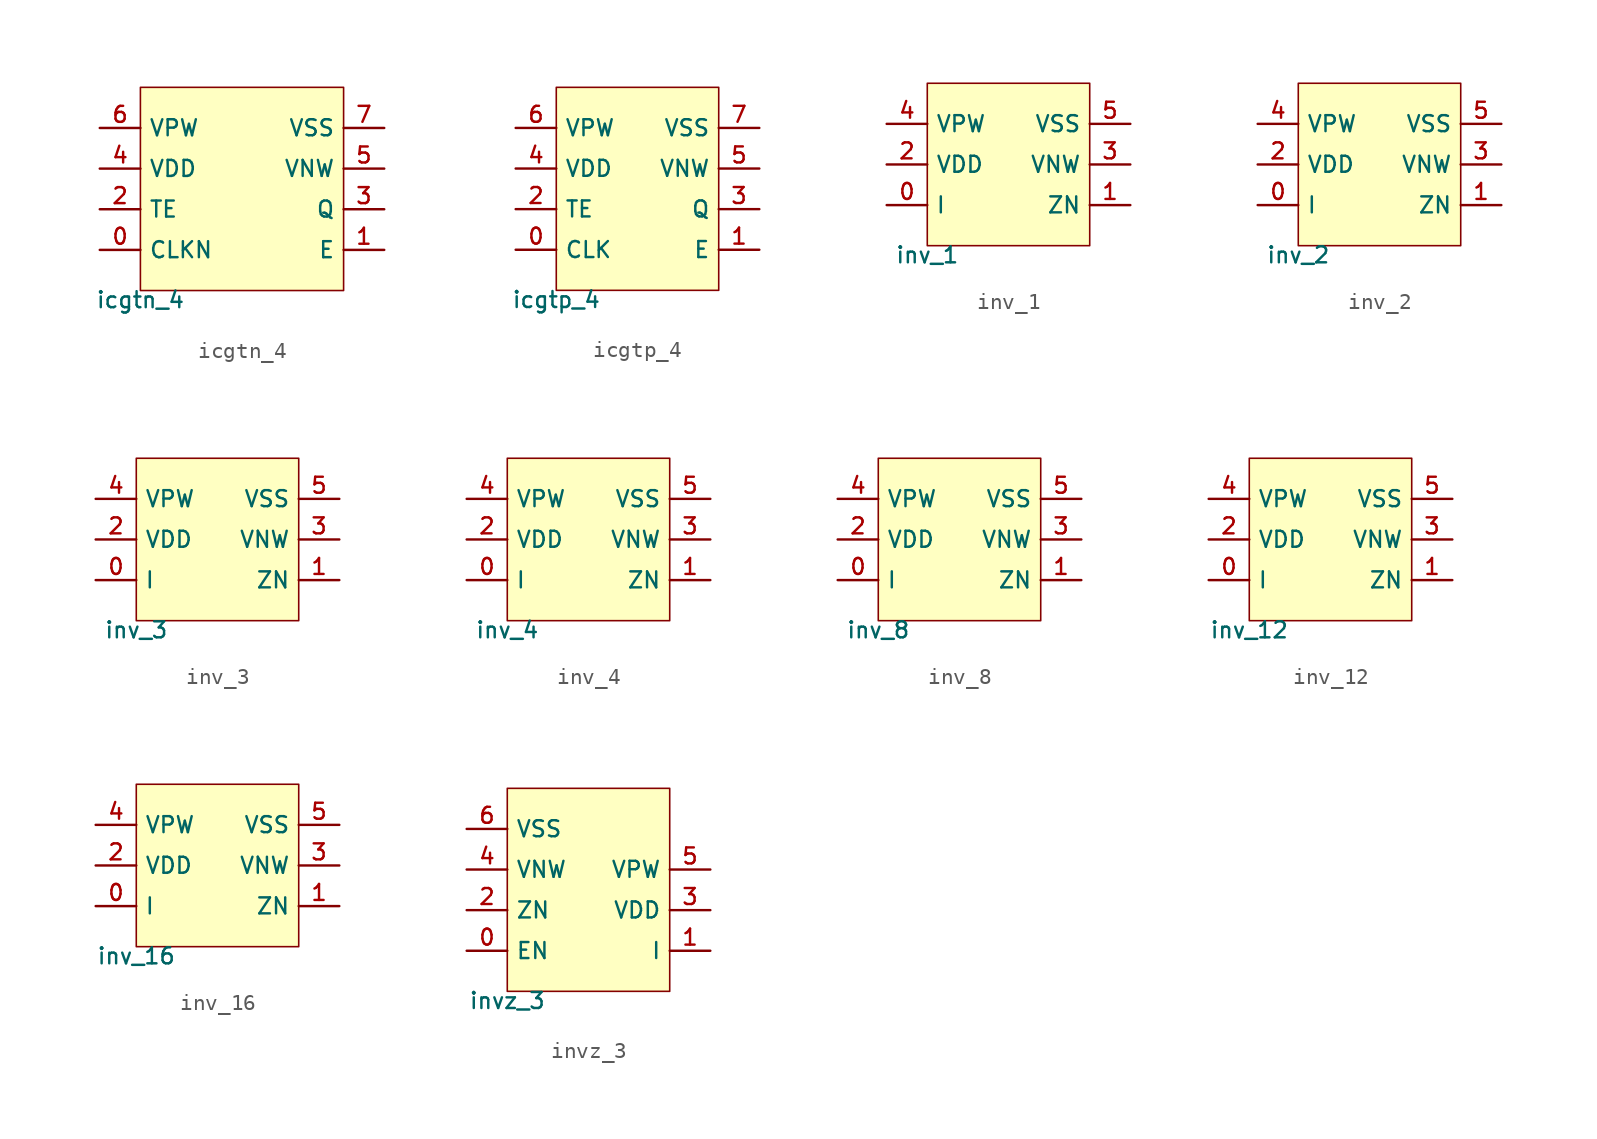
<source format=kicad_sym>
(kicad_symbol_lib
  (version 20211014)
  (generator pdk2kicad)
  (symbol "icgtn_4"
    (property "Reference" "X"
      (at 0 0 0)
      (effects (font (size 1 1)) hide))
    (property "Value" "icgtn_4"
      (at -6.35 -6.35 0)
      (effects (font (size 1 1)) (justify top)))
    (rectangle
      (start -6.35 -6.35)
      (end 6.35 6.35)
      (stroke (width 0.1) (type solid) (color 0 0 0 0))
      (fill (type background)))
    (pin bidirectional line
      (at -8.89 -3.81 0)
      (length 2.54)
      (name "CLKN" (effects (font (size 1 1)) hide))
      (number "0" (effects (font (size 1 1)) hide)))
    (pin bidirectional line
      (at 8.89 -3.81 180)
      (length 2.54)
      (name "E" (effects (font (size 1 1)) hide))
      (number "1" (effects (font (size 1 1)) hide)))
    (pin bidirectional line
      (at -8.89 -1.27 0)
      (length 2.54)
      (name "TE" (effects (font (size 1 1)) hide))
      (number "2" (effects (font (size 1 1)) hide)))
    (pin bidirectional line
      (at 8.89 -1.27 180)
      (length 2.54)
      (name "Q" (effects (font (size 1 1)) hide))
      (number "3" (effects (font (size 1 1)) hide)))
    (pin bidirectional line
      (at -8.89 1.27 0)
      (length 2.54)
      (name "VDD" (effects (font (size 1 1)) hide))
      (number "4" (effects (font (size 1 1)) hide)))
    (pin bidirectional line
      (at 8.89 1.27 180)
      (length 2.54)
      (name "VNW" (effects (font (size 1 1)) hide))
      (number "5" (effects (font (size 1 1)) hide)))
    (pin bidirectional line
      (at -8.89 3.81 0)
      (length 2.54)
      (name "VPW" (effects (font (size 1 1)) hide))
      (number "6" (effects (font (size 1 1)) hide)))
    (pin bidirectional line
      (at 8.89 3.81 180)
      (length 2.54)
      (name "VSS" (effects (font (size 1 1)) hide))
      (number "7" (effects (font (size 1 1)) hide))))
  (symbol "icgtp_4"
    (property "Reference" "X"
      (at 0 0 0)
      (effects (font (size 1 1)) hide))
    (property "Value" "icgtp_4"
      (at -5.08 -6.35 0)
      (effects (font (size 1 1)) (justify top)))
    (rectangle
      (start -5.08 -6.35)
      (end 5.08 6.35)
      (stroke (width 0.1) (type solid) (color 0 0 0 0))
      (fill (type background)))
    (pin bidirectional line
      (at -7.62 -3.81 0)
      (length 2.54)
      (name "CLK" (effects (font (size 1 1)) hide))
      (number "0" (effects (font (size 1 1)) hide)))
    (pin bidirectional line
      (at 7.62 -3.81 180)
      (length 2.54)
      (name "E" (effects (font (size 1 1)) hide))
      (number "1" (effects (font (size 1 1)) hide)))
    (pin bidirectional line
      (at -7.62 -1.27 0)
      (length 2.54)
      (name "TE" (effects (font (size 1 1)) hide))
      (number "2" (effects (font (size 1 1)) hide)))
    (pin bidirectional line
      (at 7.62 -1.27 180)
      (length 2.54)
      (name "Q" (effects (font (size 1 1)) hide))
      (number "3" (effects (font (size 1 1)) hide)))
    (pin bidirectional line
      (at -7.62 1.27 0)
      (length 2.54)
      (name "VDD" (effects (font (size 1 1)) hide))
      (number "4" (effects (font (size 1 1)) hide)))
    (pin bidirectional line
      (at 7.62 1.27 180)
      (length 2.54)
      (name "VNW" (effects (font (size 1 1)) hide))
      (number "5" (effects (font (size 1 1)) hide)))
    (pin bidirectional line
      (at -7.62 3.81 0)
      (length 2.54)
      (name "VPW" (effects (font (size 1 1)) hide))
      (number "6" (effects (font (size 1 1)) hide)))
    (pin bidirectional line
      (at 7.62 3.81 180)
      (length 2.54)
      (name "VSS" (effects (font (size 1 1)) hide))
      (number "7" (effects (font (size 1 1)) hide))))
  (symbol "inv_1"
    (property "Reference" "X"
      (at 0 0 0)
      (effects (font (size 1 1)) hide))
    (property "Value" "inv_1"
      (at -5.08 -5.08 0)
      (effects (font (size 1 1)) (justify top)))
    (rectangle
      (start -5.08 -5.08)
      (end 5.08 5.08)
      (stroke (width 0.1) (type solid) (color 0 0 0 0))
      (fill (type background)))
    (pin bidirectional line
      (at -7.62 -2.54 0)
      (length 2.54)
      (name "I" (effects (font (size 1 1)) hide))
      (number "0" (effects (font (size 1 1)) hide)))
    (pin bidirectional line
      (at 7.62 -2.54 180)
      (length 2.54)
      (name "ZN" (effects (font (size 1 1)) hide))
      (number "1" (effects (font (size 1 1)) hide)))
    (pin bidirectional line
      (at -7.62 0.0 0)
      (length 2.54)
      (name "VDD" (effects (font (size 1 1)) hide))
      (number "2" (effects (font (size 1 1)) hide)))
    (pin bidirectional line
      (at 7.62 0.0 180)
      (length 2.54)
      (name "VNW" (effects (font (size 1 1)) hide))
      (number "3" (effects (font (size 1 1)) hide)))
    (pin bidirectional line
      (at -7.62 2.54 0)
      (length 2.54)
      (name "VPW" (effects (font (size 1 1)) hide))
      (number "4" (effects (font (size 1 1)) hide)))
    (pin bidirectional line
      (at 7.62 2.54 180)
      (length 2.54)
      (name "VSS" (effects (font (size 1 1)) hide))
      (number "5" (effects (font (size 1 1)) hide))))
  (symbol "inv_2"
    (property "Reference" "X"
      (at 0 0 0)
      (effects (font (size 1 1)) hide))
    (property "Value" "inv_2"
      (at -5.08 -5.08 0)
      (effects (font (size 1 1)) (justify top)))
    (rectangle
      (start -5.08 -5.08)
      (end 5.08 5.08)
      (stroke (width 0.1) (type solid) (color 0 0 0 0))
      (fill (type background)))
    (pin bidirectional line
      (at -7.62 -2.54 0)
      (length 2.54)
      (name "I" (effects (font (size 1 1)) hide))
      (number "0" (effects (font (size 1 1)) hide)))
    (pin bidirectional line
      (at 7.62 -2.54 180)
      (length 2.54)
      (name "ZN" (effects (font (size 1 1)) hide))
      (number "1" (effects (font (size 1 1)) hide)))
    (pin bidirectional line
      (at -7.62 0.0 0)
      (length 2.54)
      (name "VDD" (effects (font (size 1 1)) hide))
      (number "2" (effects (font (size 1 1)) hide)))
    (pin bidirectional line
      (at 7.62 0.0 180)
      (length 2.54)
      (name "VNW" (effects (font (size 1 1)) hide))
      (number "3" (effects (font (size 1 1)) hide)))
    (pin bidirectional line
      (at -7.62 2.54 0)
      (length 2.54)
      (name "VPW" (effects (font (size 1 1)) hide))
      (number "4" (effects (font (size 1 1)) hide)))
    (pin bidirectional line
      (at 7.62 2.54 180)
      (length 2.54)
      (name "VSS" (effects (font (size 1 1)) hide))
      (number "5" (effects (font (size 1 1)) hide))))
  (symbol "inv_3"
    (property "Reference" "X"
      (at 0 0 0)
      (effects (font (size 1 1)) hide))
    (property "Value" "inv_3"
      (at -5.08 -5.08 0)
      (effects (font (size 1 1)) (justify top)))
    (rectangle
      (start -5.08 -5.08)
      (end 5.08 5.08)
      (stroke (width 0.1) (type solid) (color 0 0 0 0))
      (fill (type background)))
    (pin bidirectional line
      (at -7.62 -2.54 0)
      (length 2.54)
      (name "I" (effects (font (size 1 1)) hide))
      (number "0" (effects (font (size 1 1)) hide)))
    (pin bidirectional line
      (at 7.62 -2.54 180)
      (length 2.54)
      (name "ZN" (effects (font (size 1 1)) hide))
      (number "1" (effects (font (size 1 1)) hide)))
    (pin bidirectional line
      (at -7.62 0.0 0)
      (length 2.54)
      (name "VDD" (effects (font (size 1 1)) hide))
      (number "2" (effects (font (size 1 1)) hide)))
    (pin bidirectional line
      (at 7.62 0.0 180)
      (length 2.54)
      (name "VNW" (effects (font (size 1 1)) hide))
      (number "3" (effects (font (size 1 1)) hide)))
    (pin bidirectional line
      (at -7.62 2.54 0)
      (length 2.54)
      (name "VPW" (effects (font (size 1 1)) hide))
      (number "4" (effects (font (size 1 1)) hide)))
    (pin bidirectional line
      (at 7.62 2.54 180)
      (length 2.54)
      (name "VSS" (effects (font (size 1 1)) hide))
      (number "5" (effects (font (size 1 1)) hide))))
  (symbol "inv_4"
    (property "Reference" "X"
      (at 0 0 0)
      (effects (font (size 1 1)) hide))
    (property "Value" "inv_4"
      (at -5.08 -5.08 0)
      (effects (font (size 1 1)) (justify top)))
    (rectangle
      (start -5.08 -5.08)
      (end 5.08 5.08)
      (stroke (width 0.1) (type solid) (color 0 0 0 0))
      (fill (type background)))
    (pin bidirectional line
      (at -7.62 -2.54 0)
      (length 2.54)
      (name "I" (effects (font (size 1 1)) hide))
      (number "0" (effects (font (size 1 1)) hide)))
    (pin bidirectional line
      (at 7.62 -2.54 180)
      (length 2.54)
      (name "ZN" (effects (font (size 1 1)) hide))
      (number "1" (effects (font (size 1 1)) hide)))
    (pin bidirectional line
      (at -7.62 0.0 0)
      (length 2.54)
      (name "VDD" (effects (font (size 1 1)) hide))
      (number "2" (effects (font (size 1 1)) hide)))
    (pin bidirectional line
      (at 7.62 0.0 180)
      (length 2.54)
      (name "VNW" (effects (font (size 1 1)) hide))
      (number "3" (effects (font (size 1 1)) hide)))
    (pin bidirectional line
      (at -7.62 2.54 0)
      (length 2.54)
      (name "VPW" (effects (font (size 1 1)) hide))
      (number "4" (effects (font (size 1 1)) hide)))
    (pin bidirectional line
      (at 7.62 2.54 180)
      (length 2.54)
      (name "VSS" (effects (font (size 1 1)) hide))
      (number "5" (effects (font (size 1 1)) hide))))
  (symbol "inv_8"
    (property "Reference" "X"
      (at 0 0 0)
      (effects (font (size 1 1)) hide))
    (property "Value" "inv_8"
      (at -5.08 -5.08 0)
      (effects (font (size 1 1)) (justify top)))
    (rectangle
      (start -5.08 -5.08)
      (end 5.08 5.08)
      (stroke (width 0.1) (type solid) (color 0 0 0 0))
      (fill (type background)))
    (pin bidirectional line
      (at -7.62 -2.54 0)
      (length 2.54)
      (name "I" (effects (font (size 1 1)) hide))
      (number "0" (effects (font (size 1 1)) hide)))
    (pin bidirectional line
      (at 7.62 -2.54 180)
      (length 2.54)
      (name "ZN" (effects (font (size 1 1)) hide))
      (number "1" (effects (font (size 1 1)) hide)))
    (pin bidirectional line
      (at -7.62 0.0 0)
      (length 2.54)
      (name "VDD" (effects (font (size 1 1)) hide))
      (number "2" (effects (font (size 1 1)) hide)))
    (pin bidirectional line
      (at 7.62 0.0 180)
      (length 2.54)
      (name "VNW" (effects (font (size 1 1)) hide))
      (number "3" (effects (font (size 1 1)) hide)))
    (pin bidirectional line
      (at -7.62 2.54 0)
      (length 2.54)
      (name "VPW" (effects (font (size 1 1)) hide))
      (number "4" (effects (font (size 1 1)) hide)))
    (pin bidirectional line
      (at 7.62 2.54 180)
      (length 2.54)
      (name "VSS" (effects (font (size 1 1)) hide))
      (number "5" (effects (font (size 1 1)) hide))))
  (symbol "inv_12"
    (property "Reference" "X"
      (at 0 0 0)
      (effects (font (size 1 1)) hide))
    (property "Value" "inv_12"
      (at -5.08 -5.08 0)
      (effects (font (size 1 1)) (justify top)))
    (rectangle
      (start -5.08 -5.08)
      (end 5.08 5.08)
      (stroke (width 0.1) (type solid) (color 0 0 0 0))
      (fill (type background)))
    (pin bidirectional line
      (at -7.62 -2.54 0)
      (length 2.54)
      (name "I" (effects (font (size 1 1)) hide))
      (number "0" (effects (font (size 1 1)) hide)))
    (pin bidirectional line
      (at 7.62 -2.54 180)
      (length 2.54)
      (name "ZN" (effects (font (size 1 1)) hide))
      (number "1" (effects (font (size 1 1)) hide)))
    (pin bidirectional line
      (at -7.62 0.0 0)
      (length 2.54)
      (name "VDD" (effects (font (size 1 1)) hide))
      (number "2" (effects (font (size 1 1)) hide)))
    (pin bidirectional line
      (at 7.62 0.0 180)
      (length 2.54)
      (name "VNW" (effects (font (size 1 1)) hide))
      (number "3" (effects (font (size 1 1)) hide)))
    (pin bidirectional line
      (at -7.62 2.54 0)
      (length 2.54)
      (name "VPW" (effects (font (size 1 1)) hide))
      (number "4" (effects (font (size 1 1)) hide)))
    (pin bidirectional line
      (at 7.62 2.54 180)
      (length 2.54)
      (name "VSS" (effects (font (size 1 1)) hide))
      (number "5" (effects (font (size 1 1)) hide))))
  (symbol "inv_16"
    (property "Reference" "X"
      (at 0 0 0)
      (effects (font (size 1 1)) hide))
    (property "Value" "inv_16"
      (at -5.08 -5.08 0)
      (effects (font (size 1 1)) (justify top)))
    (rectangle
      (start -5.08 -5.08)
      (end 5.08 5.08)
      (stroke (width 0.1) (type solid) (color 0 0 0 0))
      (fill (type background)))
    (pin bidirectional line
      (at -7.62 -2.54 0)
      (length 2.54)
      (name "I" (effects (font (size 1 1)) hide))
      (number "0" (effects (font (size 1 1)) hide)))
    (pin bidirectional line
      (at 7.62 -2.54 180)
      (length 2.54)
      (name "ZN" (effects (font (size 1 1)) hide))
      (number "1" (effects (font (size 1 1)) hide)))
    (pin bidirectional line
      (at -7.62 0.0 0)
      (length 2.54)
      (name "VDD" (effects (font (size 1 1)) hide))
      (number "2" (effects (font (size 1 1)) hide)))
    (pin bidirectional line
      (at 7.62 0.0 180)
      (length 2.54)
      (name "VNW" (effects (font (size 1 1)) hide))
      (number "3" (effects (font (size 1 1)) hide)))
    (pin bidirectional line
      (at -7.62 2.54 0)
      (length 2.54)
      (name "VPW" (effects (font (size 1 1)) hide))
      (number "4" (effects (font (size 1 1)) hide)))
    (pin bidirectional line
      (at 7.62 2.54 180)
      (length 2.54)
      (name "VSS" (effects (font (size 1 1)) hide))
      (number "5" (effects (font (size 1 1)) hide))))
  (symbol "invz_3"
    (property "Reference" "X"
      (at 0 0 0)
      (effects (font (size 1 1)) hide))
    (property "Value" "invz_3"
      (at -5.08 -6.35 0)
      (effects (font (size 1 1)) (justify top)))
    (rectangle
      (start -5.08 -6.35)
      (end 5.08 6.35)
      (stroke (width 0.1) (type solid) (color 0 0 0 0))
      (fill (type background)))
    (pin bidirectional line
      (at -7.62 -3.81 0)
      (length 2.54)
      (name "EN" (effects (font (size 1 1)) hide))
      (number "0" (effects (font (size 1 1)) hide)))
    (pin bidirectional line
      (at 7.62 -3.81 180)
      (length 2.54)
      (name "I" (effects (font (size 1 1)) hide))
      (number "1" (effects (font (size 1 1)) hide)))
    (pin bidirectional line
      (at -7.62 -1.27 0)
      (length 2.54)
      (name "ZN" (effects (font (size 1 1)) hide))
      (number "2" (effects (font (size 1 1)) hide)))
    (pin bidirectional line
      (at 7.62 -1.27 180)
      (length 2.54)
      (name "VDD" (effects (font (size 1 1)) hide))
      (number "3" (effects (font (size 1 1)) hide)))
    (pin bidirectional line
      (at -7.62 1.27 0)
      (length 2.54)
      (name "VNW" (effects (font (size 1 1)) hide))
      (number "4" (effects (font (size 1 1)) hide)))
    (pin bidirectional line
      (at 7.62 1.27 180)
      (length 2.54)
      (name "VPW" (effects (font (size 1 1)) hide))
      (number "5" (effects (font (size 1 1)) hide)))
    (pin bidirectional line
      (at -7.62 3.81 0)
      (length 2.54)
      (name "VSS" (effects (font (size 1 1)) hide))
      (number "6" (effects (font (size 1 1)) hide)))))
</source>
